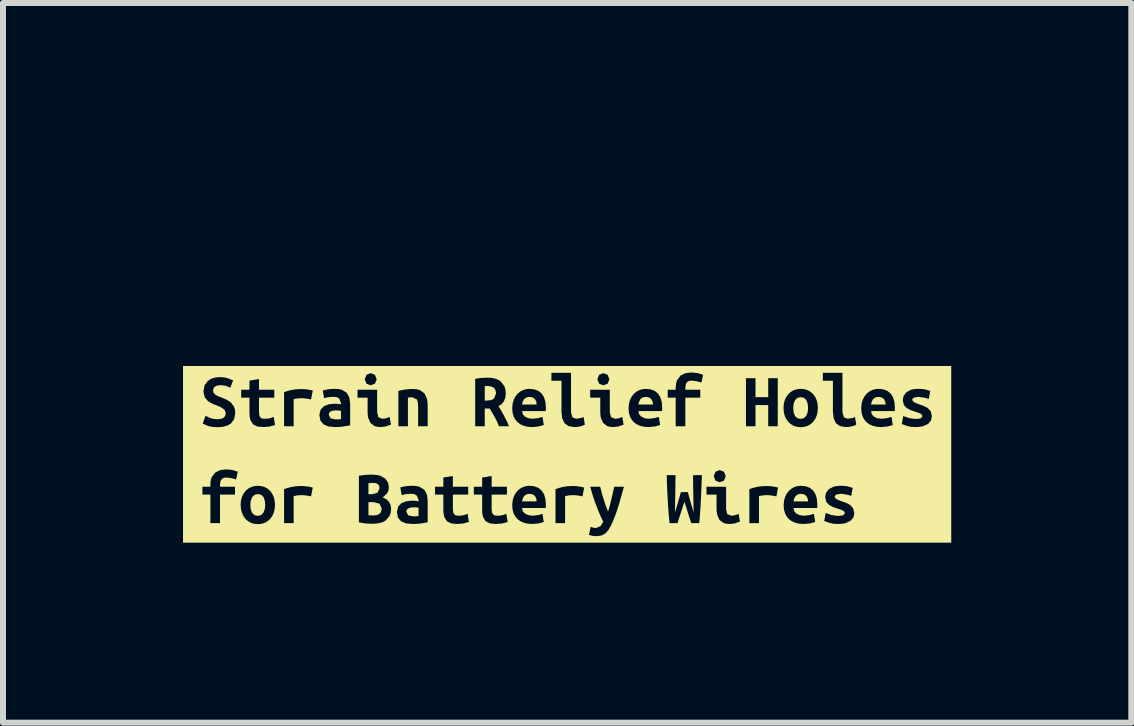
<source format=kicad_pcb>
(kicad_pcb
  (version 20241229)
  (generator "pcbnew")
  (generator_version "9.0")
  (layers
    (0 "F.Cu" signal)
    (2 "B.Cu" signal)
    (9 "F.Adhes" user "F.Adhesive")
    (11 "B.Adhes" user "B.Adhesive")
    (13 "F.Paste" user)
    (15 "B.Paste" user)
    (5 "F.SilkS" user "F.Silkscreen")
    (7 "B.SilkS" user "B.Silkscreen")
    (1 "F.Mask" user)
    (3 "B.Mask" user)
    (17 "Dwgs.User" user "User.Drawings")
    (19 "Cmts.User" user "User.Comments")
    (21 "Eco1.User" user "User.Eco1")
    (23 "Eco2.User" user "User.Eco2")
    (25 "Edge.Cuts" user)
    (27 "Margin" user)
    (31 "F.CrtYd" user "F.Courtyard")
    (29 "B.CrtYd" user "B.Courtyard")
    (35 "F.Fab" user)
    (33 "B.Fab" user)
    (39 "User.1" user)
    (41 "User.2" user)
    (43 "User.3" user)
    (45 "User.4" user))
  (footprint "kibuzzard-687E1831"
    (layer "F.Cu")
    (at 6.401 4.521)
    (property "Reference" "kibuzzard-687E1831" (at 0 -4.52 0) (layer "F.SilkS") (effects (font (size 0.001 0.001) (thickness 0.15))))
    (attr board_only exclude_from_pos_files exclude_from_bom)
    (fp_poly (pts (xy -0.508 -0.83) (xy -0.514 -0.878) (xy -0.535 -0.918) (xy -0.571 -0.947) (xy -0.626 -0.958) (xy -0.679 -0.948) (xy -0.717 -0.92) (xy -0.74 -0.878) (xy -0.751 -0.83) (xy -0.508 -0.83)) (stroke (width 0) (type solid)) (fill yes) (layer "F.SilkS"))
    (fp_poly (pts (xy -0.508 0.785) (xy -0.514 0.738) (xy -0.535 0.697) (xy -0.571 0.668) (xy -0.626 0.657) (xy -0.679 0.668) (xy -0.717 0.696) (xy -0.74 0.737) (xy -0.751 0.785) (xy -0.508 0.785)) (stroke (width 0) (type solid)) (fill yes) (layer "F.SilkS"))
    (fp_poly (pts (xy 1.431 -0.83) (xy 1.424 -0.878) (xy 1.404 -0.918) (xy 1.367 -0.947) (xy 1.313 -0.958) (xy 1.259 -0.948) (xy 1.222 -0.92) (xy 1.199 -0.878) (xy 1.188 -0.83) (xy 1.431 -0.83)) (stroke (width 0) (type solid)) (fill yes) (layer "F.SilkS"))
    (fp_poly (pts (xy 4.016 0.785) (xy 4.009 0.738) (xy 3.988 0.697) (xy 3.952 0.668) (xy 3.898 0.657) (xy 3.844 0.668) (xy 3.807 0.696) (xy 3.784 0.737) (xy 3.773 0.785) (xy 4.016 0.785)) (stroke (width 0) (type solid)) (fill yes) (layer "F.SilkS"))
    (fp_poly (pts (xy 5.308 -0.83) (xy 5.301 -0.878) (xy 5.281 -0.918) (xy 5.245 -0.947) (xy 5.19 -0.958) (xy 5.137 -0.948) (xy 5.099 -0.92) (xy 5.076 -0.878) (xy 5.065 -0.83) (xy 5.308 -0.83)) (stroke (width 0) (type solid)) (fill yes) (layer "F.SilkS"))
    (fp_poly (pts (xy -3.311 0.797) (xy -3.311 1.014) (xy -3.274 1.018) (xy -3.235 1.019) (xy -3.182 1.015) (xy -3.136 0.998) (xy -3.103 0.963) (xy -3.09 0.905) (xy -3.127 0.822) (xy -3.226 0.797) (xy -3.311 0.797)) (stroke (width 0) (type solid)) (fill yes) (layer "F.SilkS"))
    (fp_poly (pts (xy -3.249 0.665) (xy -3.157 0.638) (xy -3.126 0.565) (xy -3.135 0.52) (xy -3.16 0.492) (xy -3.196 0.479) (xy -3.239 0.476) (xy -3.276 0.478) (xy -3.311 0.481) (xy -3.311 0.665) (xy -3.249 0.665)) (stroke (width 0) (type solid)) (fill yes) (layer "F.SilkS"))
    (fp_poly (pts (xy -3.862 -0.582) (xy -3.811 -0.583) (xy -3.769 -0.586) (xy -3.769 -0.726) (xy -3.806 -0.73) (xy -3.846 -0.732) (xy -3.894 -0.729) (xy -3.935 -0.718) (xy -3.963 -0.696) (xy -3.973 -0.658) (xy -3.942 -0.6) (xy -3.862 -0.582)) (stroke (width 0) (type solid)) (fill yes) (layer "F.SilkS"))
    (fp_poly (pts (xy -2.569 1.033) (xy -2.519 1.033) (xy -2.476 1.029) (xy -2.476 0.89) (xy -2.514 0.885) (xy -2.554 0.883) (xy -2.602 0.887) (xy -2.642 0.898) (xy -2.67 0.92) (xy -2.68 0.957) (xy -2.649 1.016) (xy -2.569 1.033)) (stroke (width 0) (type solid)) (fill yes) (layer "F.SilkS"))
    (fp_poly (pts (xy -1.184 -1.016) (xy -1.194 -1.071) (xy -1.223 -1.11) (xy -1.268 -1.132) (xy -1.325 -1.139) (xy -1.347 -1.139) (xy -1.373 -1.135) (xy -1.373 -0.895) (xy -1.338 -0.895) (xy -1.268 -0.903) (xy -1.22 -0.927) (xy -1.184 -1.016)) (stroke (width 0) (type solid)) (fill yes) (layer "F.SilkS"))
    (fp_poly (pts (xy -5.279 0.843) (xy -5.272 0.917) (xy -5.25 0.975) (xy -5.212 1.013) (xy -5.157 1.026) (xy -5.102 1.013) (xy -5.063 0.975) (xy -5.039 0.917) (xy -5.031 0.843) (xy -5.039 0.77) (xy -5.06 0.712) (xy -5.098 0.675) (xy -5.154 0.662) (xy -5.209 0.675) (xy -5.248 0.712) (xy -5.272 0.77) (xy -5.279 0.843)) (stroke (width 0) (type solid)) (fill yes) (layer "F.SilkS"))
    (fp_poly (pts (xy 3.767 -0.772) (xy 3.775 -0.699) (xy 3.796 -0.64) (xy 3.834 -0.603) (xy 3.89 -0.59) (xy 3.945 -0.603) (xy 3.984 -0.64) (xy 4.008 -0.699) (xy 4.016 -0.772) (xy 4.008 -0.846) (xy 3.986 -0.903) (xy 3.948 -0.941) (xy 3.893 -0.953) (xy 3.838 -0.941) (xy 3.799 -0.903) (xy 3.775 -0.846) (xy 3.767 -0.772)) (stroke (width 0) (type solid)) (fill yes) (layer "F.SilkS"))
    (fp_poly (pts (xy -6.078 -1.472) (xy -6.401 -1.472) (xy -6.401 1.472) (xy -6.078 1.472) (xy -5.945 1.472) (xy -5.945 1.147) (xy -5.945 0.671) (xy -6.078 0.671) (xy -6.078 0.54) (xy -5.945 0.54) (xy -5.945 0.505) (xy -5.94 0.437) (xy -5.924 0.383) (xy -5.866 0.305) (xy -5.825 0.284) (xy -5.825 -0.452) (xy -5.914 -0.457) (xy -5.984 -0.473) (xy -6.073 -0.512) (xy -6.026 -0.642) (xy -5.943 -0.603) (xy -5.889 -0.589) (xy -5.825 -0.585) (xy -5.758 -0.593) (xy -5.716 -0.616) (xy -5.695 -0.65) (xy -5.689 -0.688) (xy -5.703 -0.732) (xy -5.74 -0.766) (xy -5.789 -0.794) (xy -5.843 -0.816) (xy -5.918 -0.846) (xy -5.988 -0.889) (xy -6.041 -0.953) (xy -6.061 -1.047) (xy -6.043 -1.148) (xy -5.988 -1.223) (xy -5.934 -1.258) (xy -5.867 -1.28) (xy -5.787 -1.287) (xy -5.718 -1.282) (xy -5.659 -1.27) (xy -5.566 -1.232) (xy -5.613 -1.11) (xy -5.685 -1.141) (xy -5.776 -1.153) (xy -5.846 -1.143) (xy -5.888 -1.113) (xy -5.902 -1.062) (xy -5.889 -1.021) (xy -5.857 -0.99) (xy -5.811 -0.966) (xy -5.762 -0.947) (xy -5.683 -0.915) (xy -5.608 -0.868) (xy -5.552 -0.796) (xy -5.536 -0.747) (xy -5.53 -0.687) (xy -5.548 -0.587) (xy -5.603 -0.513) (xy -5.66 -0.479) (xy -5.734 -0.459) (xy -5.825 -0.452) (xy -5.825 0.284) (xy -5.784 0.264) (xy -5.688 0.251) (xy -5.584 0.26) (xy -5.489 0.29) (xy -5.516 0.419) (xy -5.59 0.398) (xy -5.675 0.387) (xy -5.717 0.391) (xy -5.752 0.408) (xy -5.776 0.445) (xy -5.785 0.507) (xy -5.785 0.54) (xy -5.535 0.54) (xy -5.535 0.671) (xy -5.785 0.671) (xy -5.785 1.147) (xy -5.945 1.147) (xy -5.945 1.472) (xy -5.154 1.472) (xy -5.154 1.164) (xy -5.216 1.158) (xy -5.271 1.141) (xy -5.32 1.112) (xy -5.362 1.075) (xy -5.395 1.028) (xy -5.42 0.973) (xy -5.436 0.911) (xy -5.441 0.842) (xy -5.436 0.774) (xy -5.42 0.712) (xy -5.394 0.658) (xy -5.36 0.611) (xy -5.318 0.574) (xy -5.269 0.547) (xy -5.214 0.53) (xy -5.154 0.524) (xy -5.094 0.53) (xy -5.062 0.539) (xy -5.062 -0.454) (xy -5.161 -0.463) (xy -5.233 -0.498) (xy -5.278 -0.571) (xy -5.29 -0.626) (xy -5.294 -0.695) (xy -5.294 -0.944) (xy -5.432 -0.944) (xy -5.432 -1.076) (xy -5.294 -1.076) (xy -5.294 -1.228) (xy -5.135 -1.254) (xy -5.135 -1.076) (xy -4.88 -1.076) (xy -4.88 -0.944) (xy -5.135 -0.944) (xy -5.135 -0.699) (xy -5.128 -0.644) (xy -5.11 -0.612) (xy -5.082 -0.596) (xy -5.044 -0.593) (xy -5.004 -0.594) (xy -4.967 -0.598) (xy -4.931 -0.608) (xy -4.89 -0.625) (xy -4.868 -0.488) (xy -4.963 -0.462) (xy -5.062 -0.454) (xy -5.062 0.539) (xy -5.038 0.547) (xy -4.99 0.574) (xy -4.948 0.611) (xy -4.914 0.658) (xy -4.889 0.712) (xy -4.874 0.774) (xy -4.868 0.842) (xy -4.874 0.911) (xy -4.889 0.973) (xy -4.914 1.028) (xy -4.947 1.075) (xy -4.989 1.112) (xy -5.037 1.141) (xy -5.093 1.158) (xy -5.154 1.164) (xy -5.154 1.472) (xy -4.557 1.472) (xy -4.557 1.147) (xy -4.717 1.147) (xy -4.717 0.58) (xy -4.653 0.559) (xy -4.587 0.542) (xy -4.557 0.538) (xy -4.557 -0.468) (xy -4.717 -0.468) (xy -4.717 -1.036) (xy -4.653 -1.057) (xy -4.587 -1.073) (xy -4.515 -1.084) (xy -4.432 -1.088) (xy -4.395 -1.086) (xy -4.344 -1.082) (xy -4.289 -1.074) (xy -4.239 -1.062) (xy -4.268 -0.914) (xy -4.304 -0.922) (xy -4.348 -0.929) (xy -4.39 -0.934) (xy -4.425 -0.935) (xy -4.491 -0.932) (xy -4.557 -0.92) (xy -4.557 -0.468) (xy -4.557 0.538) (xy -4.515 0.532) (xy -4.432 0.528) (xy -4.395 0.529) (xy -4.344 0.534) (xy -4.289 0.542) (xy -4.239 0.554) (xy -4.268 0.701) (xy -4.304 0.693) (xy -4.348 0.686) (xy -4.39 0.682) (xy -4.425 0.68) (xy -4.491 0.684) (xy -4.557 0.696) (xy -4.557 1.147) (xy -4.557 1.472) (xy -3.873 1.472) (xy -3.873 -0.454) (xy -3.979 -0.465) (xy -4.059 -0.499) (xy -4.111 -0.561) (xy -4.129 -0.655) (xy -4.109 -0.744) (xy -4.053 -0.802) (xy -3.973 -0.834) (xy -3.879 -0.843) (xy -3.82 -0.841) (xy -3.769 -0.833) (xy -3.769 -0.852) (xy -3.797 -0.928) (xy -3.836 -0.951) (xy -3.895 -0.958) (xy -3.983 -0.952) (xy -4.05 -0.936) (xy -4.072 -1.064) (xy -3.988 -1.083) (xy -3.933 -1.089) (xy -3.876 -1.091) (xy -3.807 -1.087) (xy -3.751 -1.074) (xy -3.672 -1.025) (xy -3.629 -0.947) (xy -3.616 -0.845) (xy -3.616 -0.483) (xy -3.72 -0.465) (xy -3.792 -0.457) (xy -3.873 -0.454) (xy -3.873 1.472) (xy -3.248 1.472) (xy -3.248 1.157) (xy -3.302 1.156) (xy -3.358 1.152) (xy -3.414 1.144) (xy -3.47 1.134) (xy -3.47 0.357) (xy -3.371 0.344) (xy -3.263 0.338) (xy -3.181 0.343) (xy -3.116 0.357) (xy -3.108 0.361) (xy -3.108 -0.454) (xy -3.165 -0.459) (xy -3.212 -0.472) (xy -3.279 -0.525) (xy -3.315 -0.608) (xy -3.323 -0.661) (xy -3.325 -0.721) (xy -3.325 -0.944) (xy -3.493 -0.944) (xy -3.493 -1.076) (xy -3.274 -1.076) (xy -3.274 -1.15) (xy -3.344 -1.177) (xy -3.373 -1.25) (xy -3.344 -1.325) (xy -3.274 -1.353) (xy -3.203 -1.325) (xy -3.173 -1.25) (xy -3.203 -1.177) (xy -3.274 -1.15) (xy -3.274 -1.076) (xy -3.166 -1.076) (xy -3.166 -0.7) (xy -3.146 -0.619) (xy -3.08 -0.593) (xy -3.027 -0.598) (xy -2.957 -0.622) (xy -2.936 -0.494) (xy -3.029 -0.463) (xy -3.108 -0.454) (xy -3.108 0.361) (xy -3.027 0.406) (xy -2.983 0.474) (xy -2.971 0.549) (xy -2.978 0.602) (xy -2.999 0.649) (xy -3.073 0.719) (xy -3.005 0.754) (xy -2.963 0.799) (xy -2.941 0.851) (xy -2.934 0.905) (xy -2.94 0.972) (xy -2.958 1.026) (xy -3.025 1.104) (xy -3.071 1.129) (xy -3.124 1.145) (xy -3.184 1.154) (xy -3.248 1.157) (xy -3.248 1.472) (xy -2.581 1.472) (xy -2.581 1.161) (xy -2.686 1.151) (xy -2.767 1.117) (xy -2.819 1.055) (xy -2.837 0.961) (xy -2.816 0.872) (xy -2.761 0.814) (xy -2.68 0.782) (xy -2.586 0.772) (xy -2.528 0.775) (xy -2.476 0.783) (xy -2.476 0.763) (xy -2.505 0.688) (xy -2.543 0.665) (xy -2.603 0.657) (xy -2.69 0.664) (xy -2.758 0.679) (xy -2.78 0.551) (xy -2.696 0.532) (xy -2.641 0.526) (xy -2.584 0.524) (xy -2.515 0.528) (xy -2.459 0.542) (xy -2.379 0.591) (xy -2.337 0.668) (xy -2.324 0.771) (xy -2.324 1.133) (xy -2.427 1.151) (xy -2.5 1.159) (xy -2.581 1.161) (xy -2.581 1.472) (xy -2.324 1.472) (xy -2.324 -0.468) (xy -2.483 -0.468) (xy -2.483 -0.79) (xy -2.488 -0.864) (xy -2.502 -0.913) (xy -2.581 -0.951) (xy -2.616 -0.949) (xy -2.653 -0.945) (xy -2.653 -0.468) (xy -2.812 -0.468) (xy -2.812 -1.057) (xy -2.765 -1.068) (xy -2.707 -1.079) (xy -2.642 -1.086) (xy -2.571 -1.089) (xy -2.504 -1.084) (xy -2.45 -1.069) (xy -2.375 -1.012) (xy -2.335 -0.924) (xy -2.327 -0.87) (xy -2.324 -0.811) (xy -2.324 -0.468) (xy -2.324 1.472) (xy -1.831 1.472) (xy -1.831 1.161) (xy -1.93 1.152) (xy -2.002 1.117) (xy -2.047 1.044) (xy -2.059 0.99) (xy -2.063 0.921) (xy -2.063 0.671) (xy -2.201 0.671) (xy -2.201 0.54) (xy -2.063 0.54) (xy -2.063 0.387) (xy -1.904 0.361) (xy -1.904 0.54) (xy -1.649 0.54) (xy -1.649 0.671) (xy -1.904 0.671) (xy -1.904 0.917) (xy -1.897 0.971) (xy -1.879 1.004) (xy -1.851 1.019) (xy -1.813 1.023) (xy -1.773 1.022) (xy -1.736 1.017) (xy -1.7 1.007) (xy -1.659 0.991) (xy -1.637 1.128) (xy -1.732 1.153) (xy -1.831 1.161) (xy -1.831 1.472) (xy -1.185 1.472) (xy -1.185 1.161) (xy -1.283 1.152) (xy -1.356 1.117) (xy -1.401 1.044) (xy -1.413 0.99) (xy -1.416 0.921) (xy -1.416 0.671) (xy -1.555 0.671) (xy -1.555 0.54) (xy -1.416 0.54) (xy -1.416 0.387) (xy -1.258 0.361) (xy -1.258 0.54) (xy -1.003 0.54) (xy -1.003 0.671) (xy -1.258 0.671) (xy -1.258 0.917) (xy -1.251 0.971) (xy -1.233 1.004) (xy -1.205 1.019) (xy -1.167 1.023) (xy -1.126 1.022) (xy -1.09 1.017) (xy -1.054 1.007) (xy -1.013 0.991) (xy -0.991 1.128) (xy -1.086 1.153) (xy -1.185 1.161) (xy -1.185 1.472) (xy -0.969 1.472) (xy -0.969 -0.468) (xy -1.136 -0.468) (xy -1.168 -0.545) (xy -1.205 -0.618) (xy -1.246 -0.69) (xy -1.29 -0.763) (xy -1.373 -0.763) (xy -1.373 -0.468) (xy -1.532 -0.468) (xy -1.532 -1.257) (xy -1.48 -1.267) (xy -1.424 -1.273) (xy -1.37 -1.276) (xy -1.325 -1.278) (xy -1.259 -1.274) (xy -1.201 -1.262) (xy -1.149 -1.242) (xy -1.105 -1.214) (xy -1.044 -1.132) (xy -1.028 -1.078) (xy -1.022 -1.015) (xy -1.029 -0.949) (xy -1.051 -0.889) (xy -1.089 -0.838) (xy -1.145 -0.802) (xy -1.099 -0.728) (xy -1.051 -0.642) (xy -1.006 -0.553) (xy -0.969 -0.468) (xy -0.969 1.472) (xy -0.582 1.472) (xy -0.582 1.161) (xy -0.655 1.156) (xy -0.721 1.141) (xy -0.777 1.116) (xy -0.825 1.082) (xy -0.863 1.038) (xy -0.892 0.984) (xy -0.909 0.921) (xy -0.915 0.848) (xy -0.909 0.773) (xy -0.89 0.708) (xy -0.862 0.652) (xy -0.826 0.606) (xy -0.783 0.57) (xy -0.734 0.545) (xy -0.682 0.529) (xy -0.628 0.524) (xy -0.582 0.529) (xy -0.582 -0.454) (xy -0.655 -0.459) (xy -0.721 -0.474) (xy -0.777 -0.499) (xy -0.825 -0.534) (xy -0.863 -0.578) (xy -0.892 -0.631) (xy -0.909 -0.694) (xy -0.915 -0.767) (xy -0.909 -0.842) (xy -0.89 -0.908) (xy -0.862 -0.964) (xy -0.826 -1.009) (xy -0.783 -1.045) (xy -0.734 -1.071) (xy -0.682 -1.086) (xy -0.628 -1.091) (xy -0.546 -1.083) (xy -0.478 -1.056) (xy -0.424 -1.012) (xy -0.385 -0.951) (xy -0.362 -0.874) (xy -0.354 -0.78) (xy -0.355 -0.748) (xy -0.357 -0.721) (xy -0.751 -0.721) (xy -0.739 -0.667) (xy -0.702 -0.627) (xy -0.646 -0.601) (xy -0.575 -0.593) (xy -0.484 -0.603) (xy -0.411 -0.624) (xy -0.389 -0.488) (xy -0.477 -0.464) (xy -0.582 -0.454) (xy -0.582 0.529) (xy -0.546 0.533) (xy -0.478 0.559) (xy -0.424 0.604) (xy -0.385 0.665) (xy -0.362 0.742) (xy -0.354 0.836) (xy -0.355 0.868) (xy -0.357 0.895) (xy -0.751 0.895) (xy -0.739 0.948) (xy -0.702 0.989) (xy -0.646 1.014) (xy -0.575 1.023) (xy -0.484 1.013) (xy -0.411 0.992) (xy -0.389 1.128) (xy -0.477 1.152) (xy -0.582 1.161) (xy -0.582 1.472) (xy -0.034 1.472) (xy -0.034 1.147) (xy -0.194 1.147) (xy -0.194 0.58) (xy -0.13 0.559) (xy -0.064 0.542) (xy 0.008 0.532) (xy 0.092 0.528) (xy 0.116 0.529) (xy 0.116 -0.454) (xy 0.021 -0.471) (xy -0.044 -0.52) (xy -0.082 -0.6) (xy -0.094 -0.71) (xy -0.094 -1.226) (xy -0.262 -1.226) (xy -0.262 -1.358) (xy 0.065 -1.358) (xy 0.065 -0.699) (xy 0.089 -0.615) (xy 0.151 -0.593) (xy 0.231 -0.605) (xy 0.274 -0.622) (xy 0.295 -0.494) (xy 0.277 -0.485) (xy 0.242 -0.472) (xy 0.188 -0.459) (xy 0.116 -0.454) (xy 0.116 0.529) (xy 0.129 0.529) (xy 0.18 0.534) (xy 0.235 0.542) (xy 0.284 0.554) (xy 0.256 0.701) (xy 0.219 0.693) (xy 0.176 0.686) (xy 0.133 0.682) (xy 0.098 0.68) (xy 0.032 0.684) (xy -0.034 0.696) (xy -0.034 1.147) (xy -0.034 1.472) (xy 0.491 1.472) (xy 0.491 1.364) (xy 0.418 1.358) (xy 0.363 1.341) (xy 0.393 1.208) (xy 0.439 1.224) (xy 0.482 1.228) (xy 0.557 1.197) (xy 0.602 1.124) (xy 0.564 1.044) (xy 0.526 0.957) (xy 0.489 0.863) (xy 0.461 0.788) (xy 0.434 0.709) (xy 0.409 0.626) (xy 0.385 0.54) (xy 0.551 0.54) (xy 0.577 0.642) (xy 0.592 0.696) (xy 0.609 0.75) (xy 0.626 0.804) (xy 0.644 0.857) (xy 0.682 0.954) (xy 0.71 0.857) (xy 0.723 0.804) (xy 0.737 0.751) (xy 0.749 0.697) (xy 0.762 0.643) (xy 0.769 0.61) (xy 0.769 -0.454) (xy 0.712 -0.459) (xy 0.665 -0.472) (xy 0.598 -0.525) (xy 0.562 -0.608) (xy 0.554 -0.661) (xy 0.552 -0.721) (xy 0.552 -0.944) (xy 0.384 -0.944) (xy 0.384 -1.076) (xy 0.604 -1.076) (xy 0.604 -1.15) (xy 0.533 -1.177) (xy 0.504 -1.25) (xy 0.533 -1.325) (xy 0.604 -1.353) (xy 0.675 -1.325) (xy 0.704 -1.25) (xy 0.675 -1.177) (xy 0.604 -1.15) (xy 0.604 -1.076) (xy 0.711 -1.076) (xy 0.711 -0.7) (xy 0.731 -0.619) (xy 0.797 -0.593) (xy 0.85 -0.598) (xy 0.92 -0.622) (xy 0.941 -0.494) (xy 0.848 -0.463) (xy 0.769 -0.454) (xy 0.769 0.61) (xy 0.784 0.54) (xy 0.947 0.54) (xy 0.923 0.624) (xy 0.9 0.707) (xy 0.877 0.788) (xy 0.853 0.867) (xy 0.828 0.945) (xy 0.801 1.02) (xy 0.772 1.094) (xy 0.741 1.166) (xy 0.692 1.256) (xy 0.639 1.317) (xy 0.574 1.353) (xy 0.491 1.364) (xy 0.491 1.472) (xy 1.357 1.472) (xy 1.357 -0.454) (xy 1.284 -0.459) (xy 1.218 -0.474) (xy 1.161 -0.499) (xy 1.113 -0.534) (xy 1.075 -0.578) (xy 1.047 -0.631) (xy 1.029 -0.694) (xy 1.024 -0.767) (xy 1.03 -0.842) (xy 1.048 -0.908) (xy 1.077 -0.964) (xy 1.113 -1.009) (xy 1.156 -1.045) (xy 1.205 -1.071) (xy 1.257 -1.086) (xy 1.311 -1.091) (xy 1.393 -1.083) (xy 1.461 -1.056) (xy 1.515 -1.012) (xy 1.553 -0.951) (xy 1.577 -0.874) (xy 1.584 -0.78) (xy 1.584 -0.748) (xy 1.582 -0.721) (xy 1.188 -0.721) (xy 1.2 -0.667) (xy 1.237 -0.627) (xy 1.293 -0.601) (xy 1.363 -0.593) (xy 1.455 -0.603) (xy 1.528 -0.624) (xy 1.55 -0.488) (xy 1.462 -0.464) (xy 1.357 -0.454) (xy 1.357 1.472) (xy 2.201 1.472) (xy 2.201 1.147) (xy 2.069 1.147) (xy 2.041 1.063) (xy 2.012 0.972) (xy 1.984 0.88) (xy 1.955 0.793) (xy 1.926 0.878) (xy 1.896 0.97) (xy 1.866 1.062) (xy 1.839 1.147) (xy 1.707 1.147) (xy 1.698 1.055) (xy 1.689 0.958) (xy 1.682 0.857) (xy 1.676 0.755) (xy 1.67 0.652) (xy 1.666 0.548) (xy 1.662 0.446) (xy 1.659 0.347) (xy 1.807 0.347) (xy 1.805 0.425) (xy 1.804 0.505) (xy 1.803 0.586) (xy 1.802 0.667) (xy 1.8 0.747) (xy 1.799 0.825) (xy 1.798 0.899) (xy 1.798 0.969) (xy 1.809 0.929) (xy 1.809 -0.468) (xy 1.809 -0.944) (xy 1.676 -0.944) (xy 1.676 -1.076) (xy 1.809 -1.076) (xy 1.809 -1.111) (xy 1.815 -1.178) (xy 1.831 -1.233) (xy 1.888 -1.311) (xy 1.971 -1.352) (xy 2.067 -1.364) (xy 2.17 -1.355) (xy 2.266 -1.325) (xy 2.238 -1.196) (xy 2.164 -1.217) (xy 2.079 -1.228) (xy 2.037 -1.225) (xy 2.003 -1.208) (xy 1.979 -1.171) (xy 1.97 -1.108) (xy 1.97 -1.076) (xy 2.219 -1.076) (xy 2.219 -0.944) (xy 1.97 -0.944) (xy 1.97 -0.468) (xy 1.809 -0.468) (xy 1.809 0.929) (xy 1.824 0.878) (xy 1.853 0.781) (xy 1.878 0.693) (xy 1.896 0.63) (xy 2.012 0.63) (xy 2.028 0.691) (xy 2.05 0.771) (xy 2.078 0.865) (xy 2.107 0.969) (xy 2.106 0.899) (xy 2.105 0.825) (xy 2.104 0.747) (xy 2.103 0.668) (xy 2.101 0.587) (xy 2.1 0.505) (xy 2.099 0.425) (xy 2.099 0.347) (xy 2.246 0.347) (xy 2.242 0.447) (xy 2.238 0.549) (xy 2.234 0.653) (xy 2.229 0.756) (xy 2.224 0.858) (xy 2.217 0.958) (xy 2.21 1.055) (xy 2.201 1.147) (xy 2.201 1.472) (xy 2.708 1.472) (xy 2.708 1.161) (xy 2.651 1.157) (xy 2.604 1.143) (xy 2.536 1.091) (xy 2.501 1.007) (xy 2.493 0.955) (xy 2.49 0.895) (xy 2.49 0.671) (xy 2.322 0.671) (xy 2.322 0.54) (xy 2.542 0.54) (xy 2.542 0.466) (xy 2.472 0.439) (xy 2.443 0.365) (xy 2.472 0.29) (xy 2.542 0.263) (xy 2.613 0.29) (xy 2.643 0.365) (xy 2.613 0.439) (xy 2.542 0.466) (xy 2.542 0.54) (xy 2.649 0.54) (xy 2.649 0.916) (xy 2.669 0.996) (xy 2.736 1.023) (xy 2.789 1.017) (xy 2.859 0.993) (xy 2.879 1.121) (xy 2.787 1.153) (xy 2.708 1.161) (xy 2.708 1.472) (xy 3.197 1.472) (xy 3.197 1.147) (xy 3.037 1.147) (xy 3.037 0.58) (xy 3.101 0.559) (xy 3.167 0.542) (xy 3.239 0.532) (xy 3.323 0.528) (xy 3.36 0.529) (xy 3.411 0.534) (xy 3.466 0.542) (xy 3.51 0.553) (xy 3.51 -0.468) (xy 3.351 -0.468) (xy 3.351 -0.821) (xy 3.139 -0.821) (xy 3.139 -0.468) (xy 2.98 -0.468) (xy 2.98 -1.268) (xy 3.139 -1.268) (xy 3.139 -0.953) (xy 3.351 -0.953) (xy 3.351 -1.268) (xy 3.51 -1.268) (xy 3.51 -0.468) (xy 3.51 0.553) (xy 3.515 0.554) (xy 3.487 0.701) (xy 3.45 0.693) (xy 3.407 0.686) (xy 3.364 0.682) (xy 3.329 0.68) (xy 3.263 0.684) (xy 3.197 0.696) (xy 3.197 1.147) (xy 3.197 1.472) (xy 3.942 1.472) (xy 3.942 1.161) (xy 3.868 1.156) (xy 3.803 1.141) (xy 3.746 1.116) (xy 3.698 1.082) (xy 3.66 1.038) (xy 3.632 0.984) (xy 3.614 0.921) (xy 3.608 0.848) (xy 3.615 0.773) (xy 3.633 0.708) (xy 3.661 0.652) (xy 3.698 0.606) (xy 3.741 0.57) (xy 3.789 0.545) (xy 3.842 0.529) (xy 3.893 0.524) (xy 3.893 -0.452) (xy 3.831 -0.458) (xy 3.776 -0.475) (xy 3.727 -0.503) (xy 3.685 -0.541) (xy 3.652 -0.588) (xy 3.626 -0.642) (xy 3.611 -0.705) (xy 3.606 -0.774) (xy 3.611 -0.842) (xy 3.627 -0.903) (xy 3.653 -0.958) (xy 3.687 -1.004) (xy 3.728 -1.041) (xy 3.778 -1.069) (xy 3.833 -1.086) (xy 3.893 -1.091) (xy 3.953 -1.086) (xy 4.008 -1.069) (xy 4.057 -1.041) (xy 4.099 -1.004) (xy 4.133 -0.958) (xy 4.158 -0.903) (xy 4.173 -0.842) (xy 4.178 -0.774) (xy 4.173 -0.705) (xy 4.158 -0.642) (xy 4.133 -0.588) (xy 4.1 -0.541) (xy 4.058 -0.503) (xy 4.01 -0.475) (xy 3.954 -0.458) (xy 3.893 -0.452) (xy 3.893 0.524) (xy 3.895 0.524) (xy 3.978 0.533) (xy 4.046 0.559) (xy 4.1 0.604) (xy 4.138 0.665) (xy 4.162 0.742) (xy 4.169 0.836) (xy 4.169 0.868) (xy 4.167 0.895) (xy 3.773 0.895) (xy 3.785 0.948) (xy 3.822 0.989) (xy 3.878 1.014) (xy 3.948 1.023) (xy 4.039 1.013) (xy 4.112 0.992) (xy 4.134 1.128) (xy 4.047 1.152) (xy 3.942 1.161) (xy 3.942 1.472) (xy 4.508 1.472) (xy 4.508 1.161) (xy 4.435 1.157) (xy 4.374 1.143) (xy 4.284 1.111) (xy 4.309 0.978) (xy 4.405 1.011) (xy 4.509 1.027) (xy 4.598 1.018) (xy 4.629 0.984) (xy 4.62 0.956) (xy 4.593 0.936) (xy 4.553 0.92) (xy 4.505 0.904) (xy 4.434 0.88) (xy 4.368 0.846) (xy 4.319 0.794) (xy 4.3 0.714) (xy 4.315 0.641) (xy 4.361 0.58) (xy 4.442 0.539) (xy 4.496 0.528) (xy 4.56 0.524) (xy 4.617 0.526) (xy 4.64 0.529) (xy 4.64 -0.454) (xy 4.545 -0.471) (xy 4.479 -0.52) (xy 4.442 -0.6) (xy 4.429 -0.71) (xy 4.429 -1.226) (xy 4.261 -1.226) (xy 4.261 -1.358) (xy 4.588 -1.358) (xy 4.588 -0.699) (xy 4.613 -0.615) (xy 4.675 -0.593) (xy 4.755 -0.605) (xy 4.797 -0.622) (xy 4.818 -0.494) (xy 4.801 -0.485) (xy 4.765 -0.472) (xy 4.711 -0.459) (xy 4.64 -0.454) (xy 4.64 0.529) (xy 4.67 0.533) (xy 4.759 0.559) (xy 4.734 0.693) (xy 4.666 0.672) (xy 4.561 0.657) (xy 4.479 0.672) (xy 4.458 0.704) (xy 4.467 0.729) (xy 4.493 0.749) (xy 4.531 0.766) (xy 4.576 0.783) (xy 4.649 0.808) (xy 4.717 0.844) (xy 4.766 0.898) (xy 4.786 0.979) (xy 4.772 1.05) (xy 4.724 1.108) (xy 4.638 1.147) (xy 4.579 1.158) (xy 4.508 1.161) (xy 4.508 1.472) (xy 5.234 1.472) (xy 5.234 -0.454) (xy 5.161 -0.459) (xy 5.095 -0.474) (xy 5.038 -0.499) (xy 4.991 -0.534) (xy 4.952 -0.578) (xy 4.924 -0.631) (xy 4.907 -0.694) (xy 4.901 -0.767) (xy 4.907 -0.842) (xy 4.925 -0.908) (xy 4.954 -0.964) (xy 4.99 -1.009) (xy 5.033 -1.045) (xy 5.082 -1.071) (xy 5.134 -1.086) (xy 5.188 -1.091) (xy 5.27 -1.083) (xy 5.338 -1.056) (xy 5.392 -1.012) (xy 5.431 -0.951) (xy 5.454 -0.874) (xy 5.462 -0.78) (xy 5.461 -0.748) (xy 5.459 -0.721) (xy 5.065 -0.721) (xy 5.077 -0.667) (xy 5.114 -0.627) (xy 5.17 -0.601) (xy 5.241 -0.593) (xy 5.332 -0.603) (xy 5.405 -0.624) (xy 5.427 -0.488) (xy 5.339 -0.464) (xy 5.234 -0.454) (xy 5.234 1.472) (xy 5.8 1.472) (xy 5.8 -0.454) (xy 5.727 -0.459) (xy 5.666 -0.472) (xy 5.577 -0.505) (xy 5.601 -0.638) (xy 5.698 -0.604) (xy 5.802 -0.589) (xy 5.891 -0.597) (xy 5.922 -0.631) (xy 5.912 -0.66) (xy 5.885 -0.68) (xy 5.845 -0.696) (xy 5.798 -0.711) (xy 5.727 -0.735) (xy 5.661 -0.77) (xy 5.612 -0.822) (xy 5.592 -0.901) (xy 5.607 -0.974) (xy 5.654 -1.035) (xy 5.734 -1.077) (xy 5.788 -1.088) (xy 5.852 -1.091) (xy 5.909 -1.089) (xy 5.963 -1.082) (xy 6.051 -1.057) (xy 6.026 -0.922) (xy 5.958 -0.943) (xy 5.853 -0.958) (xy 5.771 -0.943) (xy 5.75 -0.912) (xy 5.76 -0.887) (xy 5.785 -0.867) (xy 5.823 -0.849) (xy 5.869 -0.833) (xy 5.941 -0.807) (xy 6.009 -0.772) (xy 6.059 -0.717) (xy 6.078 -0.637) (xy 6.064 -0.565) (xy 6.017 -0.507) (xy 5.931 -0.468) (xy 5.872 -0.458) (xy 5.8 -0.454) (xy 5.8 1.472) (xy 6.078 1.472) (xy 6.401 1.472) (xy 6.401 -1.472) (xy 6.078 -1.472) (xy -6.078 -1.472)) (stroke (width 0) (type solid)) (fill yes) (layer "F.SilkS")))
  (gr_rect
    (start -3 -3)
    (end 15.803 8.993)
    (stroke (width 0.1) (type default))
    (fill no)
    (layer "Edge.Cuts")))
</source>
